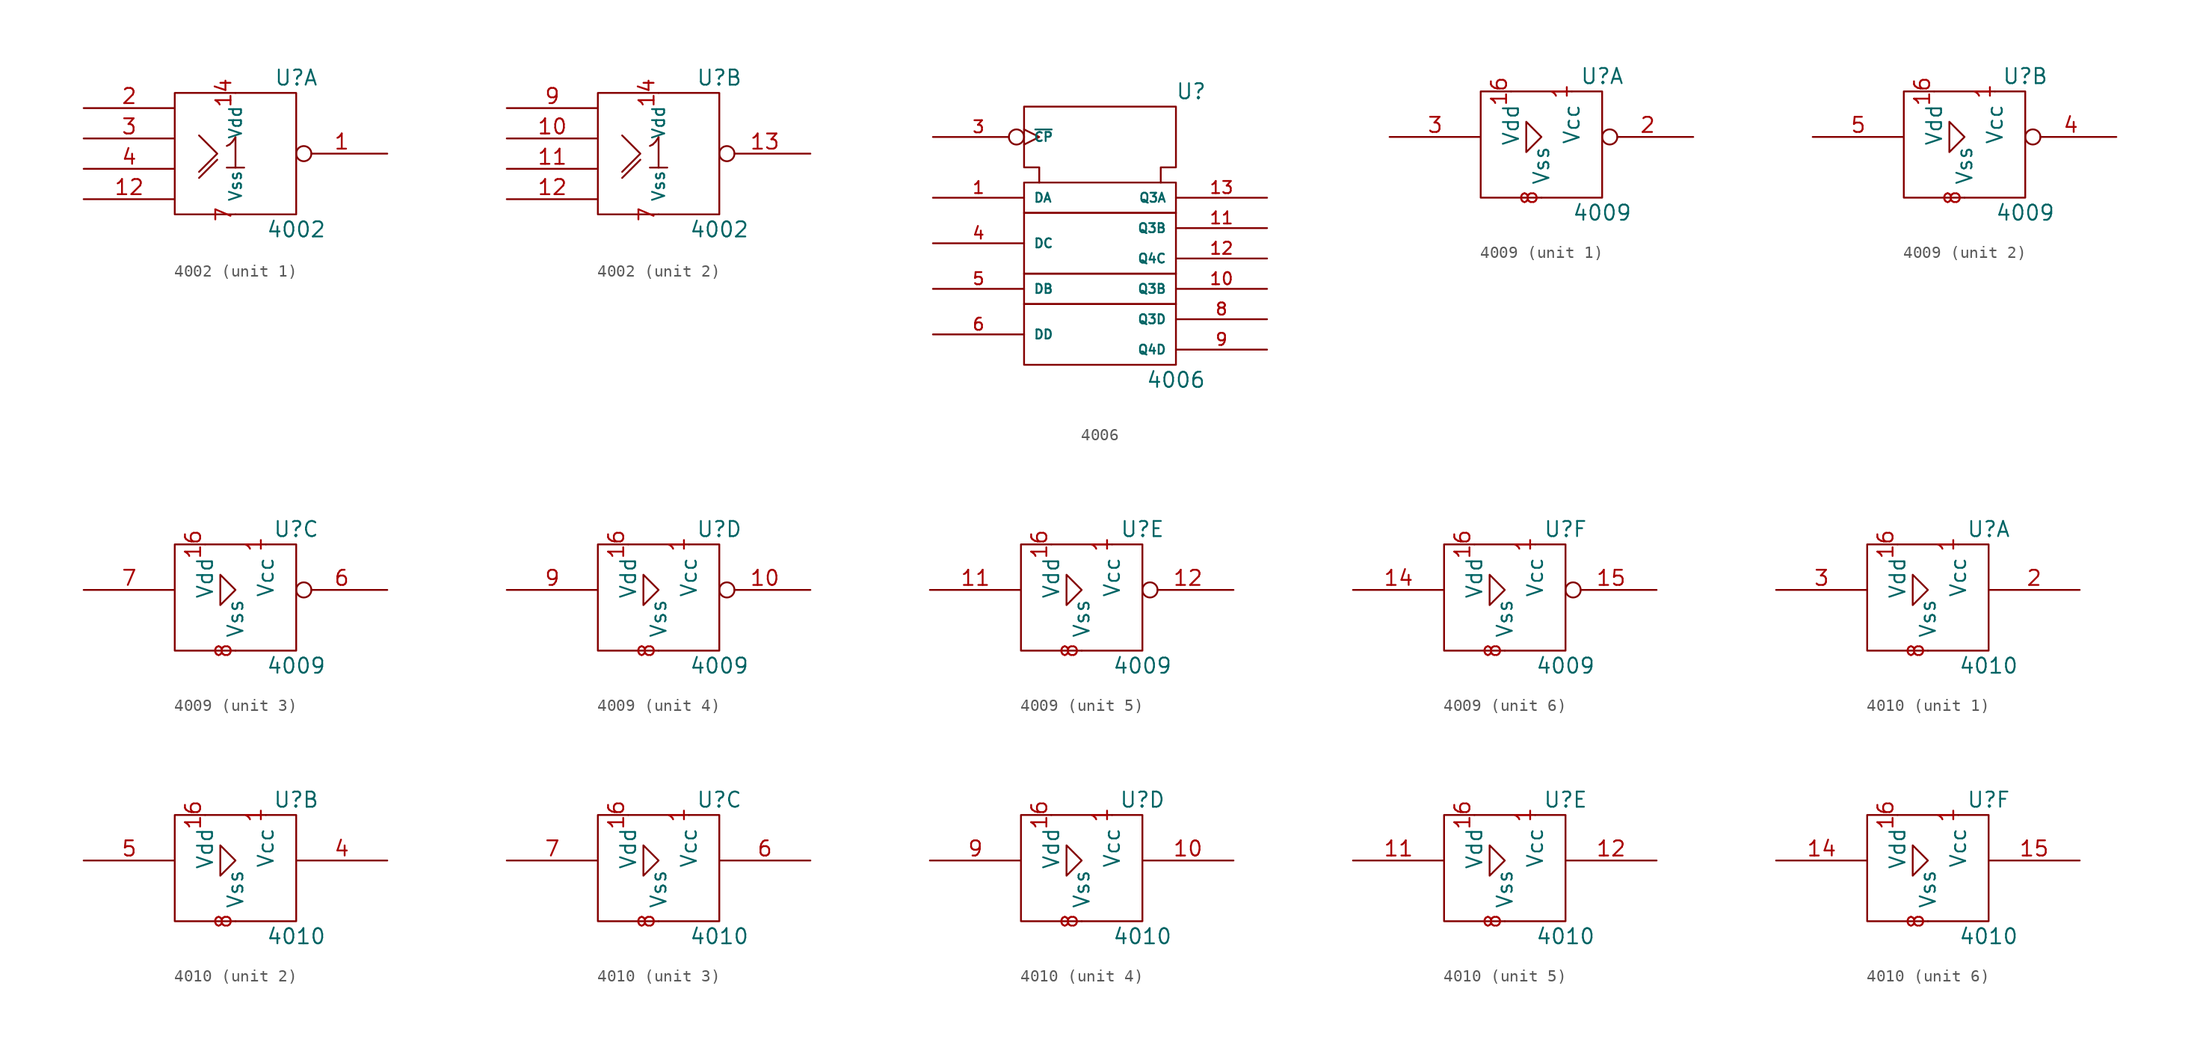
<source format=kicad_sym>
(kicad_symbol_lib
  (version 20211014)
  (generator kicad_symbol_editor)
  (symbol "4002"
    (pin_names
      (offset 1.016))
    (property "Reference" "U"
      (at 5.08 6.35 0)
      (effects (font (size 1.27 1.27))))
    (property "Value" "4002"
      (at 5.08 -6.35 0)
      (effects (font (size 1.27 1.27))))
    (symbol "4002_0_0"
      (polyline (pts (xy -3.048 -2.032) (xy -1.524 -0.508) (xy -1.524 -0.508)) (stroke (width 0) (type default) (color 0 0 0 0)) (fill (type none)))
      (polyline (pts (xy -3.048 1.524) (xy -1.524 0) (xy -3.048 -1.524) (xy -3.048 -1.524)) (stroke (width 0) (type default) (color 0 0 0 0)) (fill (type none)))
      (text "1" (at 0 0 0) (effects (font (size 2.54 2.54)))))
    (symbol "4002_0_1"
      (rectangle (start -5.08 5.08) (end 5.08 -5.08) (stroke (width 0) (type default) (color 0 0 0 0)) (fill (type none)))
      (pin power_in line (at 0 5.08 270) (length 0) (name "Vdd" (effects (font (size 1.016 1.016)))) (number "14" (effects (font (size 1.27 1.27)))))
      (pin power_in line (at 0 -5.08 90) (length 0) (name "Vss" (effects (font (size 1.016 1.016)))) (number "7" (effects (font (size 1.27 1.27))))))
    (symbol "4002_1_1"
      (pin output inverted (at 12.7 0 180) (length 7.62) (name "~" (effects (font (size 1.27 1.27)))) (number "1" (effects (font (size 1.27 1.27)))))
      (pin power_in line (at -12.7 -3.81 0) (length 7.62) (name "~" (effects (font (size 1.016 1.016)))) (number "12" (effects (font (size 1.27 1.27)))))
      (pin input line (at -12.7 3.81 0) (length 7.62) (name "~" (effects (font (size 1.27 1.27)))) (number "2" (effects (font (size 1.27 1.27)))))
      (pin input line (at -12.7 1.27 0) (length 7.62) (name "~" (effects (font (size 1.27 1.27)))) (number "3" (effects (font (size 1.27 1.27)))))
      (pin input line (at -12.7 -1.27 0) (length 7.62) (name "~" (effects (font (size 1.27 1.27)))) (number "4" (effects (font (size 1.27 1.27))))))
    (symbol "4002_2_1"
      (pin input line (at -12.7 1.27 0) (length 7.62) (name "~" (effects (font (size 1.27 1.27)))) (number "10" (effects (font (size 1.27 1.27)))))
      (pin input line (at -12.7 -1.27 0) (length 7.62) (name "~" (effects (font (size 1.27 1.27)))) (number "11" (effects (font (size 1.27 1.27)))))
      (pin power_in line (at -12.7 -3.81 0) (length 7.62) (name "~" (effects (font (size 1.016 1.016)))) (number "12" (effects (font (size 1.27 1.27)))))
      (pin output inverted (at 12.7 0 180) (length 7.62) (name "~" (effects (font (size 1.27 1.27)))) (number "13" (effects (font (size 1.27 1.27)))))
      (pin input line (at -12.7 3.81 0) (length 7.62) (name "~" (effects (font (size 1.27 1.27)))) (number "9" (effects (font (size 1.27 1.27)))))))
  (symbol "4006"
    (pin_names
      (offset 0.762))
    (property "Reference" "U"
      (at 7.62 8.89 0)
      (effects (font (size 1.27 1.27))))
    (property "Value" "4006"
      (at 6.35 -15.24 0)
      (effects (font (size 1.27 1.27))))
    (symbol "4006_0_0"
      (rectangle (start -6.35 -8.89) (end 6.35 -13.97) (stroke (width 0) (type default) (color 0 0 0 0)) (fill (type none)))
      (rectangle (start -6.35 -6.35) (end 6.35 -8.89) (stroke (width 0) (type default) (color 0 0 0 0)) (fill (type none)))
      (rectangle (start -6.35 -1.27) (end 6.35 -6.35) (stroke (width 0) (type default) (color 0 0 0 0)) (fill (type none)))
      (rectangle (start -6.35 1.27) (end 6.35 -1.27) (stroke (width 0) (type default) (color 0 0 0 0)) (fill (type none)))
      (polyline (pts (xy -5.08 1.27) (xy -5.08 2.54) (xy -6.35 2.54) (xy -6.35 7.62) (xy 6.35 7.62) (xy 6.35 2.54) (xy 5.08 2.54) (xy 5.08 1.27) (xy 5.08 1.27)) (stroke (width 0) (type default) (color 0 0 0 0)) (fill (type none))))
    (symbol "4006_0_1"
      (pin power_in line (at 0 7.62 270) (length 0) hide (name "Vdd" (effects (font (size 0.762 0.762)))) (number "14" (effects (font (size 1.016 1.016)))))
      (pin power_in line (at 5.08 7.62 270) (length 0) hide (name "Vss" (effects (font (size 0.762 0.762)))) (number "7" (effects (font (size 1.016 1.016))))))
    (symbol "4006_1_1"
      (pin input line (at -13.97 0 0) (length 7.62) (name "DA" (effects (font (size 0.762 0.762)))) (number "1" (effects (font (size 1.016 1.016)))))
      (pin output line (at 13.97 -7.62 180) (length 7.62) (name "Q3B" (effects (font (size 0.762 0.762)))) (number "10" (effects (font (size 1.016 1.016)))))
      (pin output line (at 13.97 -2.54 180) (length 7.62) (name "Q3B" (effects (font (size 0.762 0.762)))) (number "11" (effects (font (size 1.016 1.016)))))
      (pin output line (at 13.97 -5.08 180) (length 7.62) (name "Q4C" (effects (font (size 0.762 0.762)))) (number "12" (effects (font (size 1.016 1.016)))))
      (pin output line (at 13.97 0 180) (length 7.62) (name "Q3A" (effects (font (size 0.762 0.762)))) (number "13" (effects (font (size 1.016 1.016)))))
      (pin input inverted_clock (at -13.97 5.08 0) (length 7.62) (name "~{CP}" (effects (font (size 0.762 0.762)))) (number "3" (effects (font (size 1.016 1.016)))))
      (pin input line (at -13.97 -3.81 0) (length 7.62) (name "DC" (effects (font (size 0.762 0.762)))) (number "4" (effects (font (size 1.016 1.016)))))
      (pin input line (at -13.97 -7.62 0) (length 7.62) (name "DB" (effects (font (size 0.762 0.762)))) (number "5" (effects (font (size 1.016 1.016)))))
      (pin input line (at -13.97 -11.43 0) (length 7.62) (name "DD" (effects (font (size 0.762 0.762)))) (number "6" (effects (font (size 1.016 1.016)))))
      (pin output line (at 13.97 -10.16 180) (length 7.62) (name "Q3D" (effects (font (size 0.762 0.762)))) (number "8" (effects (font (size 1.016 1.016)))))
      (pin output line (at 13.97 -12.7 180) (length 7.62) (name "Q4D" (effects (font (size 0.762 0.762)))) (number "9" (effects (font (size 1.016 1.016)))))))
  (symbol "4009"
    (pin_names
      (offset 1.016))
    (property "Reference" "U"
      (at 5.08 5.08 0)
      (effects (font (size 1.27 1.27))))
    (property "Value" "4009"
      (at 5.08 -6.35 0)
      (effects (font (size 1.27 1.27))))
    (symbol "4009_0_0"
      (rectangle (start -5.08 3.81) (end 5.08 -5.08) (stroke (width 0) (type default) (color 0 0 0 0)) (fill (type none)))
      (polyline (pts (xy -1.27 1.27) (xy -1.27 -1.27) (xy 0 0) (xy -1.27 1.27) (xy -1.27 1.27)) (stroke (width 0) (type default) (color 0 0 0 0)) (fill (type none))))
    (symbol "4009_0_1"
      (pin power_in line (at 2.54 3.81 270) (length 0) (name "Vcc" (effects (font (size 1.27 1.27)))) (number "1" (effects (font (size 1.27 1.27)))))
      (pin power_in line (at -2.54 3.81 270) (length 0) (name "Vdd" (effects (font (size 1.27 1.27)))) (number "16" (effects (font (size 1.27 1.27)))))
      (pin power_in line (at 0 -5.08 90) (length 0) (name "Vss" (effects (font (size 1.27 1.27)))) (number "8" (effects (font (size 1.27 1.27))))))
    (symbol "4009_1_1"
      (pin output inverted (at 12.7 0 180) (length 7.62) (name "~" (effects (font (size 1.27 1.27)))) (number "2" (effects (font (size 1.27 1.27)))))
      (pin input line (at -12.7 0 0) (length 7.62) (name "~" (effects (font (size 1.27 1.27)))) (number "3" (effects (font (size 1.27 1.27))))))
    (symbol "4009_2_1"
      (pin output inverted (at 12.7 0 180) (length 7.62) (name "~" (effects (font (size 1.27 1.27)))) (number "4" (effects (font (size 1.27 1.27)))))
      (pin input line (at -12.7 0 0) (length 7.62) (name "~" (effects (font (size 1.27 1.27)))) (number "5" (effects (font (size 1.27 1.27))))))
    (symbol "4009_3_1"
      (pin output inverted (at 12.7 0 180) (length 7.62) (name "~" (effects (font (size 1.27 1.27)))) (number "6" (effects (font (size 1.27 1.27)))))
      (pin input line (at -12.7 0 0) (length 7.62) (name "~" (effects (font (size 1.27 1.27)))) (number "7" (effects (font (size 1.27 1.27))))))
    (symbol "4009_4_1"
      (pin output inverted (at 12.7 0 180) (length 7.62) (name "~" (effects (font (size 1.27 1.27)))) (number "10" (effects (font (size 1.27 1.27)))))
      (pin input line (at -12.7 0 0) (length 7.62) (name "~" (effects (font (size 1.27 1.27)))) (number "9" (effects (font (size 1.27 1.27))))))
    (symbol "4009_5_1"
      (pin input line (at -12.7 0 0) (length 7.62) (name "~" (effects (font (size 1.27 1.27)))) (number "11" (effects (font (size 1.27 1.27)))))
      (pin output inverted (at 12.7 0 180) (length 7.62) (name "~" (effects (font (size 1.27 1.27)))) (number "12" (effects (font (size 1.27 1.27))))))
    (symbol "4009_6_1"
      (pin input line (at -12.7 0 0) (length 7.62) (name "~" (effects (font (size 1.27 1.27)))) (number "14" (effects (font (size 1.27 1.27)))))
      (pin output inverted (at 12.7 0 180) (length 7.62) (name "~" (effects (font (size 1.27 1.27)))) (number "15" (effects (font (size 1.27 1.27)))))))
  (symbol "4010"
    (pin_names
      (offset 1.016))
    (property "Reference" "U"
      (at 5.08 5.08 0)
      (effects (font (size 1.27 1.27))))
    (property "Value" "4010"
      (at 5.08 -6.35 0)
      (effects (font (size 1.27 1.27))))
    (symbol "4010_0_0"
      (rectangle (start -5.08 3.81) (end 5.08 -5.08) (stroke (width 0) (type default) (color 0 0 0 0)) (fill (type none)))
      (polyline (pts (xy -1.27 1.27) (xy -1.27 -1.27) (xy 0 0) (xy -1.27 1.27) (xy -1.27 1.27)) (stroke (width 0) (type default) (color 0 0 0 0)) (fill (type none))))
    (symbol "4010_0_1"
      (pin power_in line (at 2.54 3.81 270) (length 0) (name "Vcc" (effects (font (size 1.27 1.27)))) (number "1" (effects (font (size 1.27 1.27)))))
      (pin power_in line (at -2.54 3.81 270) (length 0) (name "Vdd" (effects (font (size 1.27 1.27)))) (number "16" (effects (font (size 1.27 1.27)))))
      (pin power_in line (at 0 -5.08 90) (length 0) (name "Vss" (effects (font (size 1.27 1.27)))) (number "8" (effects (font (size 1.27 1.27))))))
    (symbol "4010_1_1"
      (pin output line (at 12.7 0 180) (length 7.62) (name "~" (effects (font (size 1.27 1.27)))) (number "2" (effects (font (size 1.27 1.27)))))
      (pin input line (at -12.7 0 0) (length 7.62) (name "~" (effects (font (size 1.27 1.27)))) (number "3" (effects (font (size 1.27 1.27))))))
    (symbol "4010_2_1"
      (pin output line (at 12.7 0 180) (length 7.62) (name "~" (effects (font (size 1.27 1.27)))) (number "4" (effects (font (size 1.27 1.27)))))
      (pin input line (at -12.7 0 0) (length 7.62) (name "~" (effects (font (size 1.27 1.27)))) (number "5" (effects (font (size 1.27 1.27))))))
    (symbol "4010_3_1"
      (pin output line (at 12.7 0 180) (length 7.62) (name "~" (effects (font (size 1.27 1.27)))) (number "6" (effects (font (size 1.27 1.27)))))
      (pin input line (at -12.7 0 0) (length 7.62) (name "~" (effects (font (size 1.27 1.27)))) (number "7" (effects (font (size 1.27 1.27))))))
    (symbol "4010_4_1"
      (pin output line (at 12.7 0 180) (length 7.62) (name "~" (effects (font (size 1.27 1.27)))) (number "10" (effects (font (size 1.27 1.27)))))
      (pin input line (at -12.7 0 0) (length 7.62) (name "~" (effects (font (size 1.27 1.27)))) (number "9" (effects (font (size 1.27 1.27))))))
    (symbol "4010_5_1"
      (pin input line (at -12.7 0 0) (length 7.62) (name "~" (effects (font (size 1.27 1.27)))) (number "11" (effects (font (size 1.27 1.27)))))
      (pin output line (at 12.7 0 180) (length 7.62) (name "~" (effects (font (size 1.27 1.27)))) (number "12" (effects (font (size 1.27 1.27))))))
    (symbol "4010_6_1"
      (pin input line (at -12.7 0 0) (length 7.62) (name "~" (effects (font (size 1.27 1.27)))) (number "14" (effects (font (size 1.27 1.27)))))
      (pin output line (at 12.7 0 180) (length 7.62) (name "~" (effects (font (size 1.27 1.27)))) (number "15" (effects (font (size 1.27 1.27))))))))
</source>
